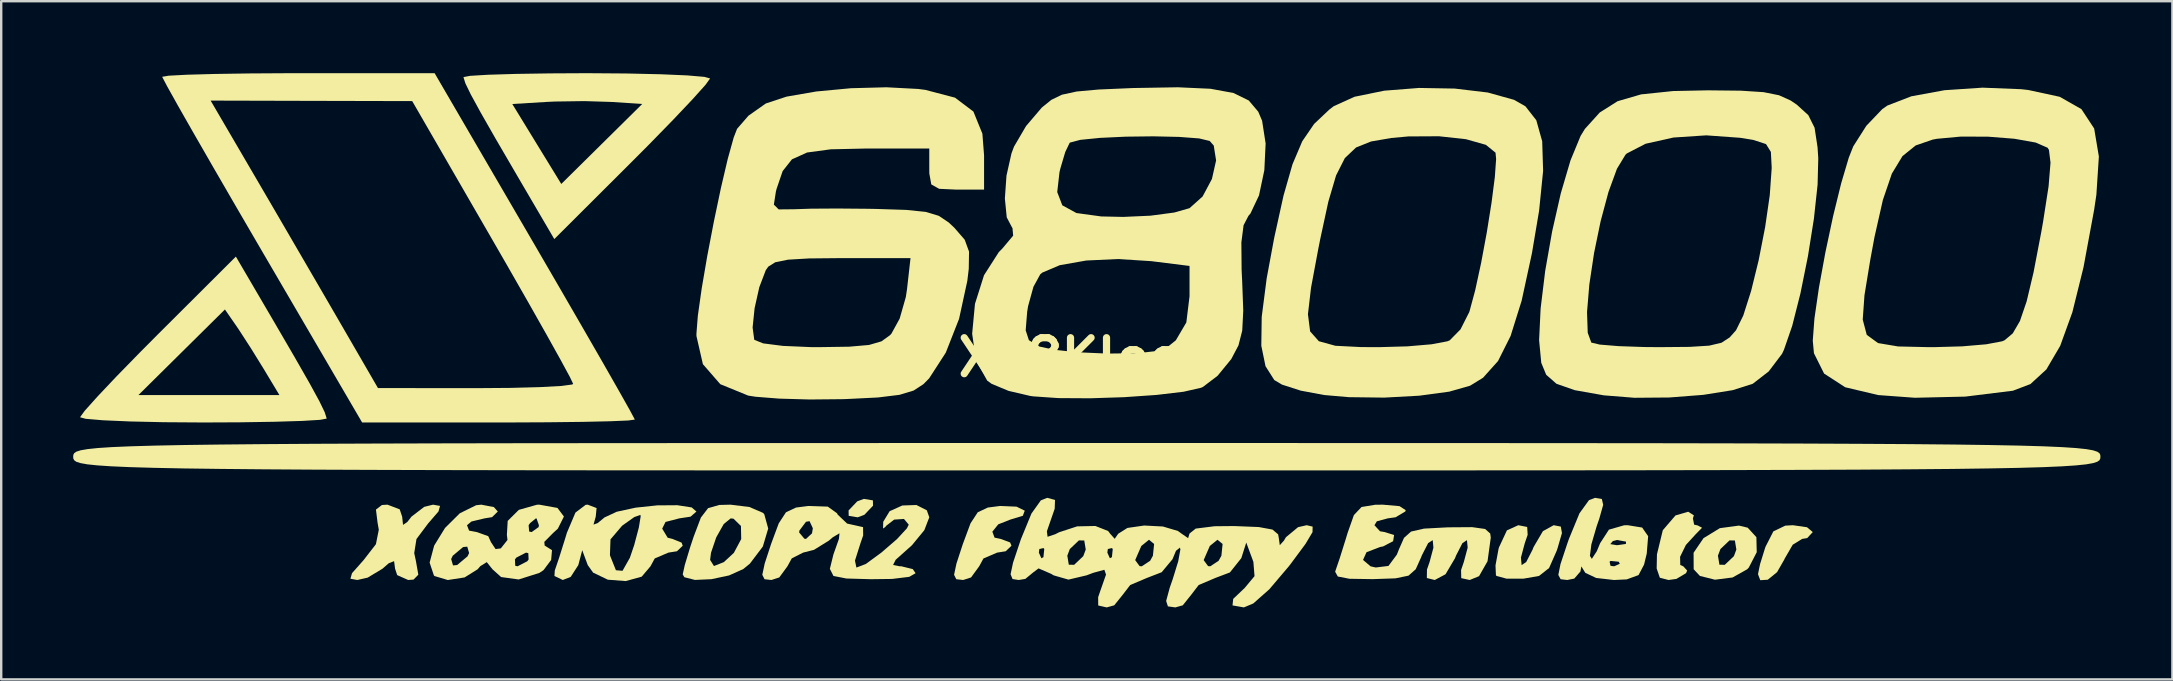
<source format=kicad_pcb>
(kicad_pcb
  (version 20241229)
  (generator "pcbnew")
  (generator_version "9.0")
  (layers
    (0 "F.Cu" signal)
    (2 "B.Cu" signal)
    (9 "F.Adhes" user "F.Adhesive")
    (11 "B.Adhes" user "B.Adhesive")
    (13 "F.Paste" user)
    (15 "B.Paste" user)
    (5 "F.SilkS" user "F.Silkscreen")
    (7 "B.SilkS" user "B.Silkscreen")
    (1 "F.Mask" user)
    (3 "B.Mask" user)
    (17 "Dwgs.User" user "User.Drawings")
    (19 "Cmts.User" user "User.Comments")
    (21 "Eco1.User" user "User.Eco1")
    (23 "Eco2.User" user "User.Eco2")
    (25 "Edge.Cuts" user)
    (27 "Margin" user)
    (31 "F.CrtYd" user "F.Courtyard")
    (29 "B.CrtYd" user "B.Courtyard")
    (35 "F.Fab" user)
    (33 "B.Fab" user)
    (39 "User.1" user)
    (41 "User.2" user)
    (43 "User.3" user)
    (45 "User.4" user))
  (footprint "X68Klogo"
    (layer "F.Cu")
    (at 42.238 11.844)
    (property "Reference" "X68Klogo" (at 0 0 0) (layer "F.SilkS") (effects (font (size 1.5 1.5) (thickness 0.3))))
    (attr board_only exclude_from_pos_files exclude_from_bom)
    (fp_poly (pts (xy -8.913 5.957) (xy -8.909 6.18) (xy -9.27 6.559) (xy -9.546 6.663) (xy -9.922 6.601) (xy -9.927 6.377) (xy -9.566 5.998) (xy -9.29 5.895)) (stroke (width 0) (type solid)) (fill yes) (layer "F.SilkS"))
    (fp_poly (pts (xy 30.012 7.077) (xy 30.252 7.278) (xy 30.02 7.528) (xy 29.809 7.563) (xy 29.416 7.806) (xy 29.077 8.392) (xy 29.067 8.419) (xy 28.764 8.948) (xy 28.377 9.264) (xy 28.064 9.283) (xy 27.969 9.032) (xy 28.055 8.616) (xy 28.266 7.937) (xy 28.282 7.891) (xy 28.61 7.248) (xy 29.106 7.01) (xy 29.423 6.992)) (stroke (width 0) (type solid)) (fill yes) (layer "F.SilkS"))
    (fp_poly (pts (xy 25.297 6.581) (xy 25.257 6.707) (xy 25.308 6.968) (xy 25.455 7.001) (xy 25.638 7.098) (xy 25.382 7.358) (xy 24.965 7.814) (xy 24.723 8.308) (xy 24.73 8.65) (xy 24.855 8.704) (xy 25.017 8.88) (xy 24.972 8.99) (xy 24.569 9.23) (xy 24.242 9.275) (xy 23.879 9.181) (xy 23.747 8.796) (xy 23.759 8.205) (xy 24.002 7.202) (xy 24.531 6.585) (xy 25.06 6.43)) (stroke (width 0) (type solid)) (fill yes) (layer "F.SilkS"))
    (fp_poly (pts (xy -2.925 6.219) (xy -2.586 6.387) (xy -2.666 6.599) (xy -3.188 6.758) (xy -3.69 6.956) (xy -3.936 7.262) (xy -3.844 7.51) (xy -3.591 7.563) (xy -3.196 7.71) (xy -3.139 7.848) (xy -3.379 8.077) (xy -3.737 8.134) (xy -4.307 8.378) (xy -4.484 8.704) (xy -4.824 9.169) (xy -5.153 9.275) (xy -5.438 9.243) (xy -5.531 9.059) (xy -5.432 8.591) (xy -5.166 7.777) (xy -4.845 6.913) (xy -4.545 6.454) (xy -4.125 6.256) (xy -3.613 6.19)) (stroke (width 0) (type solid)) (fill yes) (layer "F.SilkS"))
    (fp_poly (pts (xy 27.54 7.095) (xy 27.902 7.49) (xy 27.917 8.117) (xy 27.586 8.757) (xy 27.52 8.827) (xy 26.911 9.17) (xy 26.177 9.263) (xy 25.549 9.106) (xy 25.289 8.827) (xy 25.286 8.262) (xy 26.3 8.262) (xy 26.362 8.638) (xy 26.586 8.642) (xy 26.965 8.282) (xy 27.068 8.006) (xy 27.006 7.629) (xy 26.783 7.625) (xy 26.404 7.985) (xy 26.3 8.262) (xy 25.286 8.262) (xy 25.285 8.14) (xy 25.7 7.531) (xy 26.38 7.115) (xy 27.176 7.008)) (stroke (width 0) (type solid)) (fill yes) (layer "F.SilkS"))
    (fp_poly (pts (xy 19.752 7.049) (xy 19.8 7.319) (xy 19.617 7.951) (xy 19.579 8.062) (xy 19.264 8.776) (xy 18.845 9.106) (xy 18.193 9.22) (xy 17.489 9.219) (xy 17.074 9.106) (xy 17.049 9.077) (xy 17.031 8.668) (xy 17.157 7.983) (xy 17.174 7.92) (xy 17.507 7.206) (xy 17.981 6.992) (xy 18.351 7.065) (xy 18.371 7.391) (xy 18.25 7.745) (xy 18.091 8.341) (xy 18.119 8.654) (xy 18.31 8.527) (xy 18.574 8.013) (xy 18.618 7.901) (xy 19.007 7.24) (xy 19.454 6.992)) (stroke (width 0) (type solid)) (fill yes) (layer "F.SilkS"))
    (fp_poly (pts (xy -26.951 6.188) (xy -27.015 6.418) (xy -27.449 6.921) (xy -27.934 7.569) (xy -28.027 8.155) (xy -27.955 8.49) (xy -27.856 9.054) (xy -28.055 9.258) (xy -28.279 9.275) (xy -28.737 9.071) (xy -28.825 8.803) (xy -28.866 8.49) (xy -29.085 8.575) (xy -29.347 8.803) (xy -29.966 9.176) (xy -30.399 9.275) (xy -30.686 9.222) (xy -30.62 8.992) (xy -30.168 8.481) (xy -30.147 8.459) (xy -29.623 7.783) (xy -29.503 7.18) (xy -29.554 6.889) (xy -29.622 6.34) (xy -29.372 6.15) (xy -29.141 6.136) (xy -28.633 6.33) (xy -28.53 6.635) (xy -28.493 6.979) (xy -28.316 6.859) (xy -28.142 6.635) (xy -27.611 6.227) (xy -27.242 6.136)) (stroke (width 0) (type solid)) (fill yes) (layer "F.SilkS"))
    (fp_poly (pts (xy -14.057 6.234) (xy -13.498 6.475) (xy -13.442 6.529) (xy -13.276 7.13) (xy -13.5 7.881) (xy -14.041 8.595) (xy -14.315 8.818) (xy -14.904 9.084) (xy -15.642 9.241) (xy -16.33 9.272) (xy -16.772 9.159) (xy -16.838 9.041) (xy -16.753 8.653) (xy -16.688 8.438) (xy -15.697 8.438) (xy -15.537 8.693) (xy -15.126 8.531) (xy -14.707 8.144) (xy -14.401 7.569) (xy -14.412 7.024) (xy -14.722 6.721) (xy -14.839 6.707) (xy -15.13 6.944) (xy -15.443 7.501) (xy -15.66 8.141) (xy -15.697 8.438) (xy -16.688 8.438) (xy -16.535 7.929) (xy -16.383 7.471) (xy -16.081 6.673) (xy -15.78 6.28) (xy -15.315 6.148) (xy -14.849 6.136)) (stroke (width 0) (type solid)) (fill yes) (layer "F.SilkS"))
    (fp_poly (pts (xy -33.895 -1.53) (xy -33.012 -0.014) (xy -32.385 1.082) (xy -31.979 1.825) (xy -31.757 2.284) (xy -31.68 2.527) (xy -31.679 2.55) (xy -31.949 2.601) (xy -32.7 2.646) (xy -33.842 2.681) (xy -35.284 2.704) (xy -36.816 2.711) (xy -38.457 2.7) (xy -39.881 2.668) (xy -40.998 2.619) (xy -41.718 2.558) (xy -41.953 2.493) (xy -41.761 2.227) (xy -41.229 1.634) (xy -41.169 1.57) (xy -39.521 1.57) (xy -36.583 1.57) (xy -33.644 1.57) (xy -34.302 0.475) (xy -34.833 -0.383) (xy -35.333 -1.155) (xy -35.438 -1.309) (xy -35.915 -1.998) (xy -37.718 -0.214) (xy -39.521 1.57) (xy -41.169 1.57) (xy -40.428 0.786) (xy -39.423 -0.243) (xy -38.706 -0.964) (xy -35.459 -4.201)) (stroke (width 0) (type solid)) (fill yes) (layer "F.SilkS"))
    (fp_poly (pts (xy -19.193 -11.832) (xy -17.769 -11.8) (xy -16.651 -11.752) (xy -15.931 -11.69) (xy -15.697 -11.625) (xy -15.889 -11.359) (xy -16.42 -10.767) (xy -17.222 -9.919) (xy -18.226 -8.889) (xy -18.943 -8.169) (xy -22.19 -4.931) (xy -23.754 -7.603) (xy -24.638 -9.119) (xy -25.264 -10.215) (xy -25.452 -10.56) (xy -23.94 -10.56) (xy -22.92 -8.894) (xy -21.899 -7.228) (xy -20.213 -8.894) (xy -18.527 -10.56) (xy -19.813 -10.646) (xy -20.936 -10.681) (xy -22.173 -10.663) (xy -22.52 -10.646) (xy -23.94 -10.56) (xy -25.452 -10.56) (xy -25.67 -10.958) (xy -25.893 -11.417) (xy -25.97 -11.66) (xy -25.971 -11.682) (xy -25.7 -11.734) (xy -24.949 -11.779) (xy -23.808 -11.814) (xy -22.365 -11.836) (xy -20.834 -11.844)) (stroke (width 0) (type solid)) (fill yes) (layer "F.SilkS"))
    (fp_poly (pts (xy 21.462 5.9) (xy 21.518 6.143) (xy 21.355 6.723) (xy 21.246 7.037) (xy 21.026 7.791) (xy 20.965 8.271) (xy 21.045 8.394) (xy 21.252 8.076) (xy 21.375 7.78) (xy 21.814 7.78) (xy 22.094 7.826) (xy 22.464 7.773) (xy 22.469 7.676) (xy 22.087 7.608) (xy 21.922 7.653) (xy 21.814 7.78) (xy 21.375 7.78) (xy 21.389 7.745) (xy 21.757 7.177) (xy 22.392 6.995) (xy 22.539 6.992) (xy 23.141 7.089) (xy 23.392 7.45) (xy 23.333 8.176) (xy 23.222 8.633) (xy 22.992 9.07) (xy 22.5 9.25) (xy 21.966 9.275) (xy 21.225 9.19) (xy 20.775 8.977) (xy 20.737 8.919) (xy 20.608 8.708) (xy 20.571 8.919) (xy 20.314 9.216) (xy 20.02 9.275) (xy 19.745 9.243) (xy 19.649 9.064) (xy 19.738 8.616) (xy 19.772 8.514) (xy 21.785 8.514) (xy 21.824 8.684) (xy 21.975 8.704) (xy 22.21 8.6) (xy 22.166 8.514) (xy 21.827 8.48) (xy 21.785 8.514) (xy 19.772 8.514) (xy 20.016 7.778) (xy 20.091 7.563) (xy 20.53 6.496) (xy 20.926 5.949) (xy 21.178 5.851)) (stroke (width 0) (type solid)) (fill yes) (layer "F.SilkS"))
    (fp_poly (pts (xy -23.006 -4.687) (xy -21.944 -2.859) (xy -20.981 -1.195) (xy -20.153 0.242) (xy -19.498 1.39) (xy -19.05 2.186) (xy -18.845 2.568) (xy -18.836 2.591) (xy -19.107 2.628) (xy -19.863 2.66) (xy -21.019 2.686) (xy -22.489 2.703) (xy -24.187 2.711) (xy -24.517 2.711) (xy -30.198 2.711) (xy -34.363 -4.417) (xy -35.427 -6.242) (xy -36.39 -7.904) (xy -37.217 -9.341) (xy -37.872 -10.49) (xy -37.99 -10.702) (xy -36.511 -10.702) (xy -34.718 -7.634) (xy -33.799 -6.06) (xy -32.768 -4.289) (xy -31.776 -2.584) (xy -31.231 -1.645) (xy -29.538 1.277) (xy -25.471 1.281) (xy -24.022 1.27) (xy -22.8 1.238) (xy -21.908 1.19) (xy -21.446 1.129) (xy -21.404 1.103) (xy -21.541 0.815) (xy -21.926 0.104) (xy -22.518 -0.958) (xy -23.277 -2.3) (xy -24.165 -3.852) (xy -24.758 -4.88) (xy -28.111 -10.681) (xy -32.311 -10.691) (xy -36.511 -10.702) (xy -37.99 -10.702) (xy -38.318 -11.288) (xy -38.52 -11.671) (xy -38.528 -11.694) (xy -38.257 -11.74) (xy -37.501 -11.78) (xy -36.345 -11.812) (xy -34.876 -11.834) (xy -33.178 -11.844) (xy -32.852 -11.844) (xy -27.177 -11.844)) (stroke (width 0) (type solid)) (fill yes) (layer "F.SilkS"))
    (fp_poly (pts (xy -20.428 6.277) (xy -20.463 6.635) (xy -20.556 6.967) (xy -20.382 6.903) (xy -20.097 6.668) (xy -19.588 6.431) (xy -18.798 6.26) (xy -17.899 6.165) (xy -17.064 6.159) (xy -16.464 6.251) (xy -16.267 6.423) (xy -16.512 6.636) (xy -16.981 6.707) (xy -17.555 6.856) (xy -17.694 7.135) (xy -17.466 7.513) (xy -17.266 7.563) (xy -16.887 7.717) (xy -16.838 7.848) (xy -17.078 8.077) (xy -17.436 8.134) (xy -18.005 8.378) (xy -18.182 8.704) (xy -18.548 9.136) (xy -19.212 9.32) (xy -19.958 9.263) (xy -20.572 8.968) (xy -20.796 8.654) (xy -20.953 8.23) (xy -19.871 8.23) (xy -19.86 8.276) (xy -19.622 8.868) (xy -19.347 8.892) (xy -19.04 8.348) (xy -18.861 7.821) (xy -18.666 7.086) (xy -18.591 6.625) (xy -18.602 6.561) (xy -18.86 6.655) (xy -19.355 7.007) (xy -19.366 7.016) (xy -19.848 7.582) (xy -19.871 8.23) (xy -20.953 8.23) (xy -21.026 8.033) (xy -21.189 8.654) (xy -21.506 9.145) (xy -21.836 9.275) (xy -22.184 9.108) (xy -22.169 8.877) (xy -21.994 8.363) (xy -21.744 7.569) (xy -21.665 7.307) (xy -21.309 6.466) (xy -20.883 6.143) (xy -20.797 6.136)) (stroke (width 0) (type solid)) (fill yes) (layer "F.SilkS"))
    (fp_poly (pts (xy 13.034 6.198) (xy 13.289 6.366) (xy 13.271 6.421) (xy 12.868 6.661) (xy 12.54 6.707) (xy 12.086 6.83) (xy 11.987 6.992) (xy 12.218 7.245) (xy 12.415 7.278) (xy 12.805 7.401) (xy 12.765 7.658) (xy 12.348 7.876) (xy 12.223 7.9) (xy 11.655 8.118) (xy 11.511 8.439) (xy 11.825 8.705) (xy 12.041 8.754) (xy 12.57 8.689) (xy 12.921 8.217) (xy 13.01 7.991) (xy 13.219 7.518) (xy 13.514 7.256) (xy 14.052 7.134) (xy 14.993 7.083) (xy 15.08 7.08) (xy 16.061 7.073) (xy 16.598 7.149) (xy 16.811 7.338) (xy 16.834 7.509) (xy 16.699 8.494) (xy 16.346 9.115) (xy 15.956 9.275) (xy 15.604 9.198) (xy 15.596 8.861) (xy 15.712 8.522) (xy 15.871 7.927) (xy 15.842 7.614) (xy 15.652 7.74) (xy 15.388 8.254) (xy 15.344 8.367) (xy 14.948 9.036) (xy 14.5 9.275) (xy 14.17 9.193) (xy 14.175 8.84) (xy 14.285 8.522) (xy 14.444 7.927) (xy 14.415 7.614) (xy 14.224 7.738) (xy 13.962 8.249) (xy 13.928 8.337) (xy 13.706 8.828) (xy 13.406 9.094) (xy 12.864 9.206) (xy 11.917 9.239) (xy 11.907 9.239) (xy 10.947 9.224) (xy 10.46 9.13) (xy 10.35 8.933) (xy 10.368 8.871) (xy 10.542 8.361) (xy 10.79 7.57) (xy 10.87 7.307) (xy 11.13 6.57) (xy 11.448 6.233) (xy 12.018 6.14) (xy 12.334 6.136)) (stroke (width 0) (type solid)) (fill yes) (layer "F.SilkS"))
    (fp_poly (pts (xy 38.936 -11.177) (xy 39.231 -11.144) (xy 40.543 -10.86) (xy 41.446 -10.347) (xy 41.978 -9.539) (xy 42.174 -8.371) (xy 42.07 -6.778) (xy 41.976 -6.148) (xy 41.533 -3.754) (xy 41.069 -1.881) (xy 40.561 -0.479) (xy 39.986 0.501) (xy 39.323 1.11) (xy 38.592 1.388) (xy 36.606 1.633) (xy 34.506 1.681) (xy 32.977 1.569) (xy 31.603 1.243) (xy 30.723 0.672) (xy 30.301 -0.174) (xy 30.252 -0.697) (xy 30.318 -1.576) (xy 32.334 -1.576) (xy 32.501 -0.941) (xy 32.971 -0.598) (xy 33.809 -0.457) (xy 35.08 -0.428) (xy 35.3 -0.428) (xy 36.477 -0.461) (xy 37.481 -0.547) (xy 38.137 -0.67) (xy 38.239 -0.711) (xy 38.584 -1) (xy 38.884 -1.515) (xy 39.165 -2.338) (xy 39.453 -3.55) (xy 39.775 -5.231) (xy 39.848 -5.646) (xy 40.079 -7.131) (xy 40.159 -8.115) (xy 40.093 -8.649) (xy 40.036 -8.738) (xy 39.54 -8.954) (xy 38.653 -9.112) (xy 37.553 -9.199) (xy 36.417 -9.202) (xy 35.424 -9.11) (xy 35.246 -9.076) (xy 34.542 -8.834) (xy 33.99 -8.389) (xy 33.548 -7.659) (xy 33.174 -6.564) (xy 32.825 -5.022) (xy 32.65 -4.078) (xy 32.406 -2.591) (xy 32.334 -1.576) (xy 30.318 -1.576) (xy 30.322 -1.627) (xy 30.509 -2.91) (xy 30.779 -4.383) (xy 31.099 -5.885) (xy 31.435 -7.253) (xy 31.753 -8.325) (xy 31.939 -8.795) (xy 32.484 -9.652) (xy 33.145 -10.344) (xy 33.361 -10.496) (xy 34.36 -10.881) (xy 35.742 -11.135) (xy 37.326 -11.241)) (stroke (width 0) (type solid)) (fill yes) (layer "F.SilkS"))
    (fp_poly (pts (xy -6.666 6.371) (xy -6.564 6.663) (xy -6.771 7.2) (xy -7.284 7.824) (xy -7.442 7.966) (xy -7.965 8.433) (xy -8.072 8.648) (xy -7.798 8.704) (xy -7.728 8.704) (xy -7.252 8.821) (xy -7.135 8.993) (xy -7.4 9.144) (xy -8.118 9.231) (xy -8.997 9.242) (xy -10.017 9.213) (xy -10.557 9.107) (xy -10.707 8.81) (xy -10.558 8.209) (xy -10.329 7.563) (xy -10.305 7.328) (xy -10.582 7.493) (xy -10.748 7.634) (xy -11.366 8.017) (xy -11.822 8.134) (xy -12.294 8.374) (xy -12.475 8.704) (xy -12.815 9.169) (xy -13.144 9.275) (xy -13.429 9.243) (xy -13.522 9.059) (xy -13.423 8.591) (xy -13.157 7.777) (xy -12.978 7.294) (xy -11.987 7.294) (xy -11.769 7.555) (xy -11.701 7.563) (xy -11.451 7.331) (xy -11.416 7.118) (xy -11.554 6.823) (xy -11.701 6.849) (xy -11.976 7.214) (xy -11.987 7.294) (xy -12.978 7.294) (xy -12.836 6.913) (xy -12.536 6.454) (xy -12.116 6.256) (xy -11.602 6.19) (xy -10.793 6.217) (xy -10.406 6.496) (xy -10.384 6.547) (xy -9.988 6.924) (xy -9.68 6.992) (xy -9.324 7.072) (xy -9.319 7.418) (xy -9.425 7.724) (xy -9.661 8.468) (xy -9.601 8.757) (xy -9.209 8.608) (xy -8.562 8.134) (xy -7.909 7.57) (xy -7.496 7.122) (xy -7.42 6.968) (xy -7.619 6.731) (xy -8.028 6.759) (xy -8.371 7.025) (xy -8.39 7.063) (xy -8.49 7.129) (xy -8.483 6.849) (xy -8.217 6.409) (xy -7.687 6.17) (xy -7.1 6.15)) (stroke (width 0) (type solid)) (fill yes) (layer "F.SilkS"))
    (fp_poly (pts (xy 15.336 -11.203) (xy 16.71 -11.039) (xy 17.801 -10.735) (xy 18.276 -10.466) (xy 18.731 -9.884) (xy 18.977 -9.006) (xy 19.015 -7.771) (xy 18.848 -6.115) (xy 18.548 -4.334) (xy 18.121 -2.366) (xy 17.661 -0.896) (xy 17.136 0.151) (xy 16.511 0.848) (xy 15.971 1.179) (xy 15.105 1.426) (xy 13.853 1.595) (xy 12.395 1.675) (xy 10.913 1.656) (xy 9.891 1.567) (xy 8.913 1.384) (xy 8.134 1.133) (xy 7.813 0.943) (xy 7.447 0.366) (xy 7.272 -0.486) (xy 7.289 -1.684) (xy 7.303 -1.8) (xy 9.215 -1.8) (xy 9.306 -1.085) (xy 9.67 -0.675) (xy 10.36 -0.485) (xy 11.429 -0.431) (xy 12.183 -0.428) (xy 13.361 -0.461) (xy 14.364 -0.547) (xy 15.02 -0.67) (xy 15.122 -0.711) (xy 15.573 -1.17) (xy 15.937 -1.889) (xy 15.949 -1.924) (xy 16.186 -2.802) (xy 16.433 -3.944) (xy 16.668 -5.206) (xy 16.865 -6.443) (xy 17.003 -7.512) (xy 17.057 -8.267) (xy 17.032 -8.532) (xy 16.631 -8.858) (xy 15.801 -9.093) (xy 14.678 -9.216) (xy 13.398 -9.209) (xy 12.691 -9.144) (xy 11.848 -8.999) (xy 11.221 -8.749) (xy 10.753 -8.306) (xy 10.387 -7.583) (xy 10.065 -6.491) (xy 9.73 -4.944) (xy 9.639 -4.484) (xy 9.344 -2.904) (xy 9.215 -1.8) (xy 7.303 -1.8) (xy 7.496 -3.295) (xy 7.808 -4.976) (xy 8.197 -6.741) (xy 8.571 -8.048) (xy 8.979 -9.008) (xy 9.473 -9.73) (xy 10.1 -10.323) (xy 10.292 -10.47) (xy 11.157 -10.862) (xy 12.395 -11.115) (xy 13.843 -11.229)) (stroke (width 0) (type solid)) (fill yes) (layer "F.SilkS"))
    (fp_poly (pts (xy 27.256 -11.115) (xy 28.2 -11.054) (xy 28.845 -10.925) (xy 29.328 -10.707) (xy 29.589 -10.53) (xy 30.066 -10.096) (xy 30.327 -9.572) (xy 30.451 -8.759) (xy 30.481 -8.297) (xy 30.453 -7.201) (xy 30.3 -5.785) (xy 30.051 -4.219) (xy 29.739 -2.673) (xy 29.395 -1.315) (xy 29.05 -0.317) (xy 28.971 -0.15) (xy 28.416 0.583) (xy 27.75 1.099) (xy 26.912 1.365) (xy 25.689 1.56) (xy 24.265 1.67) (xy 22.821 1.682) (xy 21.547 1.58) (xy 20.335 1.365) (xy 19.574 1.1) (xy 19.144 0.724) (xy 18.938 0.225) (xy 18.848 -0.719) (xy 18.904 -1.889) (xy 20.845 -1.889) (xy 20.874 -1.028) (xy 21.024 -0.618) (xy 21.376 -0.535) (xy 22.161 -0.47) (xy 23.24 -0.433) (xy 23.857 -0.428) (xy 25.114 -0.439) (xy 25.933 -0.49) (xy 26.448 -0.612) (xy 26.79 -0.834) (xy 27.054 -1.132) (xy 27.356 -1.745) (xy 27.683 -2.771) (xy 27.998 -4.053) (xy 28.268 -5.434) (xy 28.46 -6.759) (xy 28.539 -7.873) (xy 28.539 -7.943) (xy 28.506 -8.564) (xy 28.304 -8.89) (xy 27.781 -9.061) (xy 27.228 -9.152) (xy 25.814 -9.254) (xy 24.446 -9.163) (xy 23.287 -8.904) (xy 22.504 -8.5) (xy 22.448 -8.448) (xy 22.092 -7.862) (xy 21.738 -6.893) (xy 21.412 -5.677) (xy 21.138 -4.348) (xy 20.941 -3.04) (xy 20.845 -1.889) (xy 18.904 -1.889) (xy 18.912 -2.045) (xy 19.102 -3.606) (xy 19.392 -5.253) (xy 19.752 -6.838) (xy 20.157 -8.213) (xy 20.577 -9.23) (xy 20.756 -9.522) (xy 21.377 -10.208) (xy 22.118 -10.676) (xy 23.098 -10.961) (xy 24.431 -11.1) (xy 25.879 -11.13)) (stroke (width 0) (type solid)) (fill yes) (layer "F.SilkS"))
    (fp_poly (pts (xy -22.058 6.272) (xy -21.789 6.63) (xy -22.042 7.136) (xy -22.247 7.324) (xy -22.607 7.687) (xy -22.59 7.848) (xy -22.578 7.848) (xy -22.286 8.031) (xy -22.321 8.439) (xy -22.639 8.864) (xy -22.813 8.98) (xy -23.675 9.253) (xy -24.406 9.152) (xy -24.765 8.829) (xy -25.004 8.53) (xy -25.276 8.701) (xy -25.385 8.829) (xy -25.928 9.168) (xy -26.627 9.276) (xy -27.179 9.111) (xy -27.207 9.085) (xy -27.385 8.552) (xy -27.345 8.401) (xy -26.488 8.401) (xy -26.41 8.667) (xy -26.238 8.651) (xy -25.961 8.419) (xy -23.83 8.419) (xy -23.817 8.683) (xy -23.721 8.704) (xy -23.318 8.496) (xy -23.26 8.419) (xy -23.273 8.156) (xy -23.369 8.134) (xy -23.772 8.342) (xy -23.83 8.419) (xy -25.961 8.419) (xy -25.806 8.29) (xy -25.739 8.152) (xy -25.817 7.886) (xy -25.989 7.902) (xy -26.421 8.263) (xy -26.488 8.401) (xy -27.345 8.401) (xy -27.196 7.842) (xy -26.743 7.106) (xy -26.127 6.495) (xy -25.449 6.16) (xy -25.232 6.136) (xy -24.708 6.237) (xy -24.544 6.421) (xy -24.782 6.656) (xy -25.098 6.707) (xy -25.644 6.838) (xy -25.828 6.992) (xy -25.741 7.217) (xy -25.417 7.278) (xy -24.943 7.448) (xy -24.829 7.697) (xy -24.637 7.986) (xy -24.419 7.958) (xy -24.141 7.607) (xy -24.166 7.393) (xy -24.142 6.992) (xy -23.26 6.992) (xy -23.237 7.255) (xy -23.134 7.278) (xy -22.843 7.07) (xy -22.831 6.992) (xy -22.929 6.714) (xy -22.957 6.707) (xy -23.201 6.907) (xy -23.26 6.992) (xy -24.142 6.992) (xy -24.132 6.813) (xy -23.668 6.352) (xy -22.914 6.139) (xy -22.813 6.136)) (stroke (width 0) (type solid)) (fill yes) (layer "F.SilkS"))
    (fp_poly (pts (xy 5.733 3.567) (xy 10.922 3.568) (xy 15.594 3.569) (xy 19.777 3.572) (xy 23.498 3.575) (xy 26.783 3.581) (xy 29.66 3.589) (xy 32.156 3.6) (xy 34.297 3.613) (xy 36.112 3.63) (xy 37.627 3.651) (xy 38.869 3.675) (xy 39.865 3.704) (xy 40.642 3.738) (xy 41.228 3.777) (xy 41.65 3.822) (xy 41.934 3.872) (xy 42.108 3.929) (xy 42.198 3.992) (xy 42.233 4.062) (xy 42.238 4.138) (xy 42.232 4.216) (xy 42.197 4.286) (xy 42.105 4.349) (xy 41.929 4.405) (xy 41.641 4.456) (xy 41.216 4.5) (xy 40.626 4.539) (xy 39.844 4.573) (xy 38.842 4.602) (xy 37.594 4.626) (xy 36.072 4.647) (xy 34.25 4.663) (xy 32.1 4.677) (xy 29.596 4.687) (xy 26.71 4.695) (xy 23.414 4.701) (xy 19.683 4.705) (xy 15.489 4.707) (xy 10.804 4.708) (xy 5.603 4.709) (xy 0 4.709) (xy -5.733 4.709) (xy -10.922 4.708) (xy -15.594 4.707) (xy -19.777 4.705) (xy -23.498 4.701) (xy -26.783 4.695) (xy -29.66 4.687) (xy -32.156 4.677) (xy -34.297 4.663) (xy -36.112 4.646) (xy -37.627 4.626) (xy -38.869 4.601) (xy -39.865 4.572) (xy -40.642 4.538) (xy -41.228 4.499) (xy -41.65 4.455) (xy -41.934 4.404) (xy -42.108 4.348) (xy -42.198 4.284) (xy -42.233 4.214) (xy -42.238 4.138) (xy -42.232 4.061) (xy -42.197 3.991) (xy -42.105 3.927) (xy -41.929 3.871) (xy -41.641 3.821) (xy -41.216 3.776) (xy -40.626 3.737) (xy -39.844 3.704) (xy -38.842 3.675) (xy -37.594 3.65) (xy -36.072 3.63) (xy -34.25 3.613) (xy -32.1 3.599) (xy -29.596 3.589) (xy -26.71 3.581) (xy -23.414 3.575) (xy -19.683 3.572) (xy -15.489 3.569) (xy -10.804 3.568) (xy -5.603 3.567) (xy 0 3.567)) (stroke (width 0) (type solid)) (fill yes) (layer "F.SilkS"))
    (fp_poly (pts (xy -7.024 -11.187) (xy -6.725 -11.148) (xy -5.491 -10.824) (xy -4.725 -10.245) (xy -4.351 -9.324) (xy -4.281 -8.419) (xy -4.281 -6.992) (xy -5.422 -6.992) (xy -6.154 -7.026) (xy -6.48 -7.209) (xy -6.562 -7.664) (xy -6.564 -7.848) (xy -6.564 -8.704) (xy -9.231 -8.704) (xy -10.674 -8.672) (xy -11.656 -8.539) (xy -12.287 -8.254) (xy -12.675 -7.763) (xy -12.93 -7.015) (xy -12.956 -6.907) (xy -13.04 -6.367) (xy -12.839 -6.168) (xy -12.213 -6.174) (xy -12.209 -6.174) (xy -11.49 -6.198) (xy -10.4 -6.205) (xy -9.143 -6.194) (xy -8.763 -6.187) (xy -7.525 -6.147) (xy -6.71 -6.064) (xy -6.17 -5.901) (xy -5.755 -5.624) (xy -5.518 -5.401) (xy -5.088 -4.905) (xy -4.907 -4.41) (xy -4.919 -3.691) (xy -4.979 -3.19) (xy -5.322 -1.61) (xy -5.876 -0.199) (xy -6.569 0.872) (xy -6.807 1.114) (xy -7.217 1.381) (xy -7.806 1.559) (xy -8.702 1.669) (xy -10.029 1.735) (xy -10.202 1.74) (xy -11.551 1.753) (xy -12.817 1.717) (xy -13.802 1.639) (xy -14.109 1.591) (xy -15.272 1.116) (xy -15.998 0.281) (xy -16.266 -0.89) (xy -16.267 -0.982) (xy -16.247 -1.246) (xy -13.926 -1.246) (xy -13.858 -0.741) (xy -13.853 -0.732) (xy -13.486 -0.585) (xy -12.664 -0.48) (xy -11.502 -0.43) (xy -11.158 -0.428) (xy -9.899 -0.447) (xy -9.076 -0.519) (xy -8.556 -0.67) (xy -8.204 -0.924) (xy -8.144 -0.987) (xy -7.799 -1.615) (xy -7.542 -2.514) (xy -7.492 -2.842) (xy -7.346 -4.138) (xy -10.227 -4.138) (xy -11.569 -4.125) (xy -12.45 -4.073) (xy -12.982 -3.965) (xy -13.273 -3.783) (xy -13.378 -3.634) (xy -13.648 -2.924) (xy -13.843 -2.051) (xy -13.926 -1.246) (xy -16.247 -1.246) (xy -16.208 -1.739) (xy -16.049 -2.864) (xy -15.817 -4.22) (xy -15.539 -5.667) (xy -15.245 -7.067) (xy -14.96 -8.28) (xy -14.713 -9.167) (xy -14.574 -9.525) (xy -14.099 -10.072) (xy -13.393 -10.57) (xy -13.361 -10.587) (xy -12.512 -10.867) (xy -11.273 -11.082) (xy -9.826 -11.218) (xy -8.35 -11.257)) (stroke (width 0) (type solid)) (fill yes) (layer "F.SilkS"))
    (fp_poly (pts (xy 5.154 -11.195) (xy 6.112 -11.019) (xy 6.749 -10.707) (xy 7.144 -10.24) (xy 7.305 -9.862) (xy 7.452 -8.914) (xy 7.398 -7.801) (xy 7.176 -6.751) (xy 6.817 -5.993) (xy 6.737 -5.901) (xy 6.533 -5.509) (xy 6.441 -4.792) (xy 6.451 -3.646) (xy 6.474 -3.183) (xy 6.52 -1.952) (xy 6.477 -1.117) (xy 6.321 -0.504) (xy 6.027 0.056) (xy 6.013 0.078) (xy 5.45 0.765) (xy 4.839 1.23) (xy 4.756 1.266) (xy 4.034 1.43) (xy 2.91 1.563) (xy 1.553 1.657) (xy 0.132 1.703) (xy -1.185 1.695) (xy -2.229 1.623) (xy -2.358 1.605) (xy -3.261 1.394) (xy -3.967 1.1) (xy -4.151 0.966) (xy -4.614 0.139) (xy -4.777 -0.986) (xy -4.764 -1.128) (xy -2.547 -1.128) (xy -2.413 -0.718) (xy -2.012 -0.47) (xy -1.963 -0.451) (xy -1.352 -0.316) (xy -0.37 -0.214) (xy 0.784 -0.163) (xy 0.928 -0.161) (xy 2.117 -0.176) (xy 2.888 -0.264) (xy 3.391 -0.456) (xy 3.71 -0.713) (xy 4.148 -1.458) (xy 4.281 -2.548) (xy 4.281 -3.812) (xy 2.689 -4.011) (xy 1.301 -4.1) (xy -0.023 -4.038) (xy -1.127 -3.843) (xy -1.855 -3.534) (xy -1.941 -3.461) (xy -2.224 -2.943) (xy -2.447 -2.134) (xy -2.485 -1.899) (xy -2.547 -1.128) (xy -4.764 -1.128) (xy -4.66 -2.232) (xy -4.283 -3.425) (xy -3.665 -4.391) (xy -3.527 -4.529) (xy -3.069 -5.074) (xy -3.097 -5.396) (xy -3.109 -5.404) (xy -3.336 -5.834) (xy -3.414 -6.622) (xy -3.395 -6.89) (xy -1.232 -6.89) (xy -1.021 -6.339) (xy -0.434 -6.017) (xy 0.6 -5.875) (xy 1.519 -5.855) (xy 2.652 -5.906) (xy 3.646 -6.038) (xy 4.281 -6.219) (xy 4.826 -6.707) (xy 5.214 -7.435) (xy 5.388 -8.207) (xy 5.29 -8.828) (xy 5.121 -9.02) (xy 4.68 -9.126) (xy 3.845 -9.189) (xy 2.774 -9.213) (xy 1.624 -9.199) (xy 0.556 -9.149) (xy -0.272 -9.066) (xy -0.702 -8.952) (xy -0.715 -8.941) (xy -0.899 -8.557) (xy -1.105 -7.86) (xy -1.138 -7.72) (xy -1.232 -6.89) (xy -3.395 -6.89) (xy -3.347 -7.575) (xy -3.139 -8.502) (xy -3.033 -8.785) (xy -2.532 -9.64) (xy -1.876 -10.411) (xy -1.873 -10.413) (xy -1.478 -10.733) (xy -1.038 -10.947) (xy -0.423 -11.081) (xy 0.496 -11.164) (xy 1.848 -11.222) (xy 1.945 -11.226) (xy 3.792 -11.257)) (stroke (width 0) (type solid)) (fill yes) (layer "F.SilkS"))
    (fp_poly (pts (xy -1.324 5.939) (xy -1.338 6.307) (xy -1.434 6.583) (xy -1.663 7.244) (xy -1.635 7.474) (xy -1.313 7.367) (xy -1.16 7.288) (xy -0.402 7.04) (xy 0.357 7.024) (xy 0.889 7.233) (xy 0.975 7.349) (xy 1.163 7.559) (xy 1.308 7.349) (xy 1.691 7.106) (xy 2.392 7.005) (xy 3.172 7.046) (xy 3.797 7.232) (xy 3.938 7.335) (xy 4.222 7.531) (xy 4.281 7.338) (xy 4.538 7.133) (xy 5.323 7.035) (xy 6.136 7.027) (xy 7.164 7.068) (xy 7.737 7.173) (xy 7.973 7.373) (xy 8 7.523) (xy 8.042 7.825) (xy 8.215 7.633) (xy 8.299 7.492) (xy 8.803 7.074) (xy 9.163 6.992) (xy 9.41 7.05) (xy 9.406 7.281) (xy 9.114 7.771) (xy 8.496 8.605) (xy 8.419 8.704) (xy 7.607 9.661) (xy 6.938 10.253) (xy 6.547 10.417) (xy 6.072 10.334) (xy 6.101 10.062) (xy 6.581 9.605) (xy 6.989 9.115) (xy 6.942 8.522) (xy 6.906 8.422) (xy 6.645 7.715) (xy 6.439 8.364) (xy 5.964 8.96) (xy 5.361 9.188) (xy 4.663 9.484) (xy 4.352 9.889) (xy 4 10.33) (xy 3.689 10.417) (xy 3.38 10.374) (xy 3.307 10.149) (xy 3.456 9.597) (xy 3.583 9.231) (xy 3.812 8.489) (xy 3.819 8.446) (xy 4.87 8.446) (xy 5.054 8.697) (xy 5.146 8.704) (xy 5.492 8.476) (xy 5.609 8.264) (xy 5.659 7.773) (xy 5.446 7.598) (xy 5.126 7.857) (xy 4.87 8.446) (xy 3.819 8.446) (xy 3.899 8.005) (xy 3.882 7.925) (xy 3.717 8.057) (xy 3.571 8.409) (xy 3.119 8.952) (xy 2.508 9.188) (xy 1.809 9.484) (xy 1.498 9.889) (xy 1.143 10.33) (xy 0.83 10.417) (xy 0.476 10.337) (xy 0.473 9.99) (xy 0.578 9.685) (xy 0.801 9.05) (xy 0.732 8.849) (xy 0.268 8.976) (xy -0.006 9.08) (xy -0.765 9.259) (xy -1.377 9.083) (xy -1.491 9.016) (xy -2.01 8.792) (xy -2.223 8.951) (xy -2.561 9.229) (xy -2.836 9.275) (xy -3.095 9.235) (xy -3.176 9.035) (xy -3.073 8.552) (xy -2.933 8.134) (xy -1.998 8.134) (xy -1.893 8.369) (xy -1.807 8.324) (xy -1.801 8.262) (xy -0.812 8.262) (xy -0.75 8.638) (xy -0.527 8.642) (xy -0.32 8.446) (xy 2.016 8.446) (xy 2.2 8.697) (xy 2.292 8.704) (xy 2.638 8.476) (xy 2.755 8.264) (xy 2.805 7.773) (xy 2.592 7.598) (xy 2.272 7.857) (xy 2.016 8.446) (xy -0.32 8.446) (xy -0.148 8.282) (xy -0.092 8.134) (xy 0.856 8.134) (xy 0.961 8.369) (xy 1.046 8.324) (xy 1.081 7.985) (xy 1.046 7.943) (xy 0.877 7.983) (xy 0.856 8.134) (xy -0.092 8.134) (xy -0.044 8.006) (xy -0.106 7.629) (xy -0.329 7.625) (xy -0.708 7.985) (xy -0.812 8.262) (xy -1.801 8.262) (xy -1.773 7.985) (xy -1.807 7.943) (xy -1.977 7.983) (xy -1.998 8.134) (xy -2.933 8.134) (xy -2.777 7.667) (xy -2.741 7.563) (xy -2.306 6.504) (xy -1.915 5.957) (xy -1.648 5.851)) (stroke (width 0) (type solid)) (fill yes) (layer "F.SilkS")))
  (gr_rect
    (start -3 -3)
    (end 87.476 25.261)
    (stroke (width 0.1) (type default))
    (fill no)
    (layer "Edge.Cuts")))
</source>
